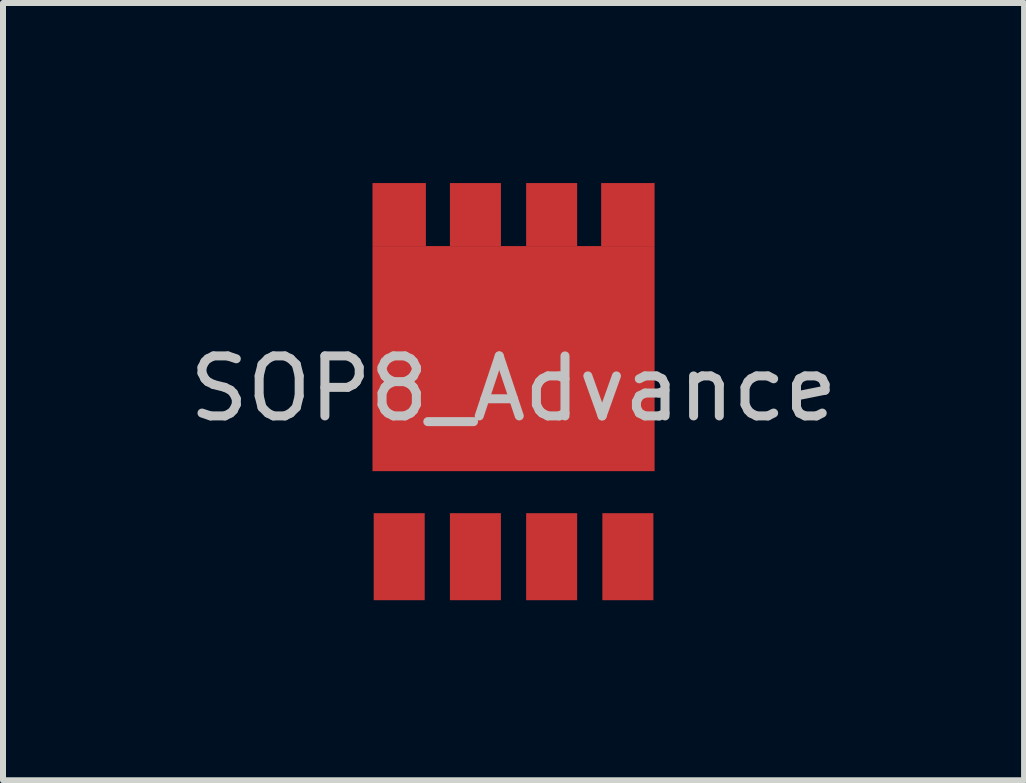
<source format=kicad_pcb>
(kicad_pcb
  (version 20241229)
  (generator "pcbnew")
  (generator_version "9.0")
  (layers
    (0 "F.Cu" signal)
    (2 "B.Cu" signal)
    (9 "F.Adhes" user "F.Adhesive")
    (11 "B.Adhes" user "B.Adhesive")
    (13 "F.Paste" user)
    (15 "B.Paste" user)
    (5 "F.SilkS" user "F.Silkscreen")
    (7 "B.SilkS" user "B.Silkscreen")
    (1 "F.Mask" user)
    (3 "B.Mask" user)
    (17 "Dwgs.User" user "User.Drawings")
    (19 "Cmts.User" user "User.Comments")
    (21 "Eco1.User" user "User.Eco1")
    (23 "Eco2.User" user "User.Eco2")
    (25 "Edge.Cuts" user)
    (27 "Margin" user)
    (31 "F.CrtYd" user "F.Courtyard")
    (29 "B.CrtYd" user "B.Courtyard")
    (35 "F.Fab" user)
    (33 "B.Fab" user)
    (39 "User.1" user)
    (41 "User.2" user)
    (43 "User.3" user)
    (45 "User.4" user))
  (footprint "SOP8_Advance"
    (layer "F.Cu")
    (at 5.506 2.925)
    (property "Reference" "SOP8_Advance" (at 0 0.5 0) (layer "Dwgs.User") (effects (font (size 1 1) (thickness 0.15))))
    (attr through_hole)
    (pad "1" smd custom (at -1.905 -2.4 270) (size 1.05 0.89) (layers "F.Cu" "F.Mask" "F.Paste") (options (anchor rect)) (primitives))
    (pad "1" smd custom (at -0.635 -2.4 270) (size 1.05 0.85) (layers "F.Cu" "F.Mask" "F.Paste") (options (anchor rect)) (primitives))
    (pad "1" smd custom (at 0 0 270) (size 3.75 4.7) (layers "F.Cu" "F.Mask" "F.Paste") (options (anchor rect)) (primitives))
    (pad "1" smd custom (at 0.635 -2.4 270) (size 1.05 0.85) (layers "F.Cu" "F.Mask" "F.Paste") (options (anchor rect)) (primitives))
    (pad "1" smd custom (at 1.905 -2.4 270) (size 1.05 0.89) (layers "F.Cu" "F.Mask" "F.Paste") (options (anchor rect)) (primitives))
    (pad "3" smd custom (at -1.905 3.3 270) (size 1.45 0.85) (layers "F.Cu" "F.Mask" "F.Paste") (options (anchor rect)) (primitives))
    (pad "3" smd custom (at -0.635 3.3 270) (size 1.45 0.85) (layers "F.Cu" "F.Mask" "F.Paste") (options (anchor rect)) (primitives))
    (pad "3" smd custom (at 0.635 3.3 270) (size 1.45 0.85) (layers "F.Cu" "F.Mask" "F.Paste") (options (anchor rect)) (primitives))
    (pad "3" smd custom (at 1.905 3.3 270) (size 1.45 0.85) (layers "F.Cu" "F.Mask" "F.Paste") (options (anchor rect)) (primitives)))
  (gr_rect
    (start -3 -3)
    (end 14.012 9.95)
    (stroke (width 0.1) (type default))
    (fill no)
    (layer "Edge.Cuts")))
</source>
